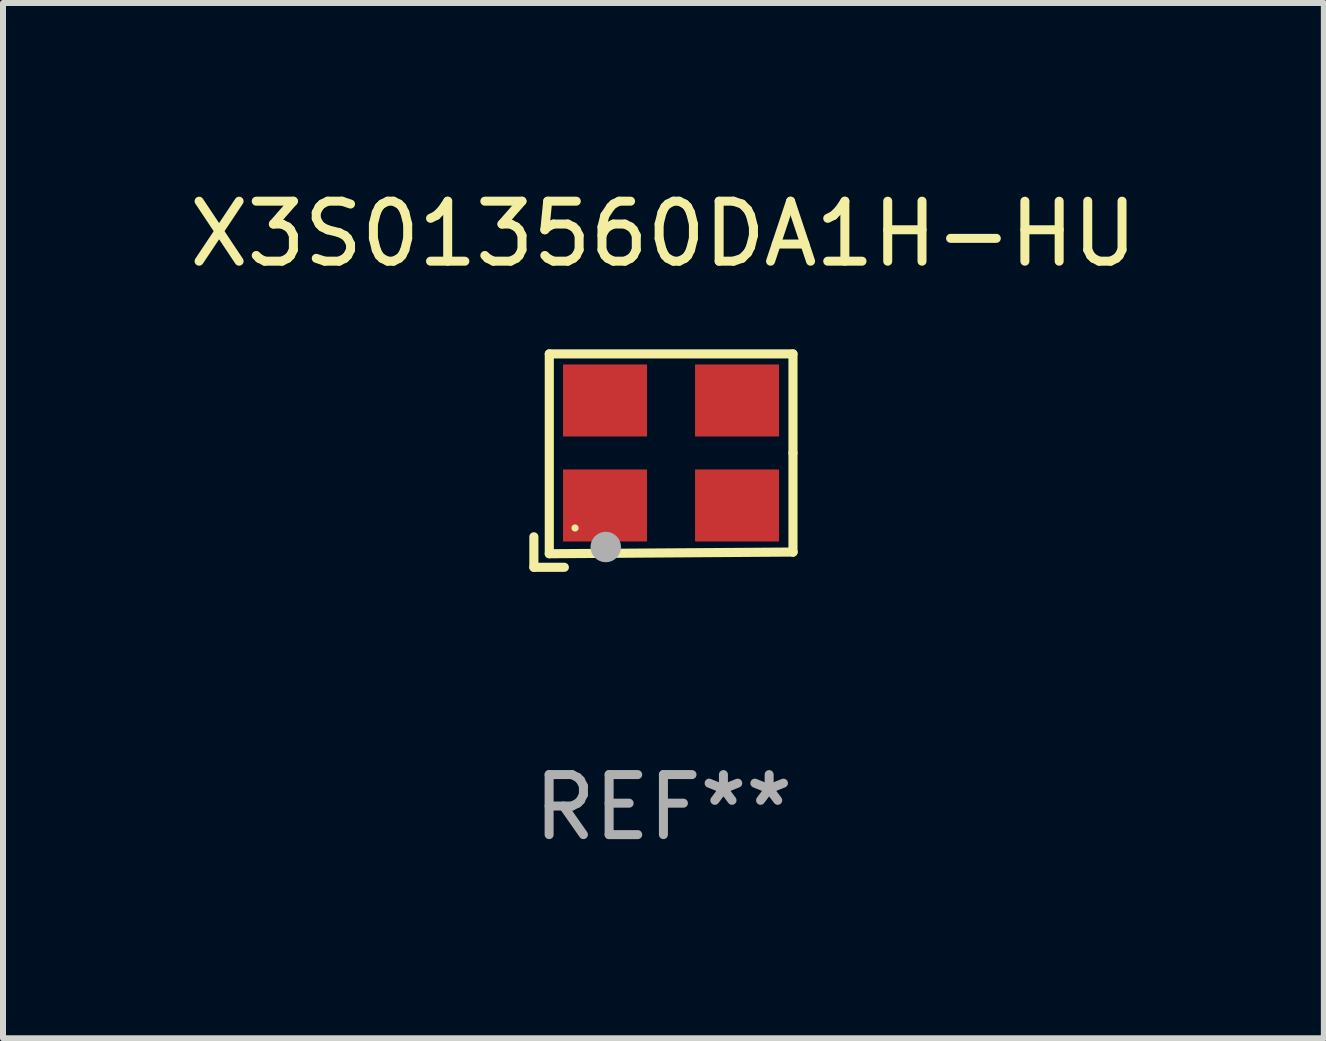
<source format=kicad_pcb>
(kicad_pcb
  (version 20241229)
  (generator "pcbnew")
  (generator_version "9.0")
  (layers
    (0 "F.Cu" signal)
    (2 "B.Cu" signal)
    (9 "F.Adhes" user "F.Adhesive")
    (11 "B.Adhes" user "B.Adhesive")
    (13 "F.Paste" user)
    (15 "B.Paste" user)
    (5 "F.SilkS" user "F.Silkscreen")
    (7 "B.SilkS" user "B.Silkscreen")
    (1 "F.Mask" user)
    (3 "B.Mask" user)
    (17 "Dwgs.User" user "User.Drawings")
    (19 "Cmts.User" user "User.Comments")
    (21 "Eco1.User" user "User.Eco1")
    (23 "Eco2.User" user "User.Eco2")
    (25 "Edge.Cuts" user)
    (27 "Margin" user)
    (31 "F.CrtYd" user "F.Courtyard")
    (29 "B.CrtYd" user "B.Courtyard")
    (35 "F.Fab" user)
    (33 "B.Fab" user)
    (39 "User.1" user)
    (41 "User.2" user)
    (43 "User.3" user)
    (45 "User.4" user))
  (footprint "X3S013560DA1H-HU"
    (layer "F.Cu")
    (at 8.006 4.626)
    (property "Reference" "X3S013560DA1H-HU" (at 0 -3.778 0) (layer "F.SilkS") (effects (font (size 1 1) (thickness 0.15))))
    (attr through_hole)
    (fp_line (start -2.159 1.27) (end -2.159 1.778) (stroke (width 0.152) (type solid)) (layer "F.SilkS"))
    (fp_line (start -2.159 1.778) (end -1.651 1.778) (stroke (width 0.152) (type solid)) (layer "F.SilkS"))
    (fp_line (start -1.902 -1.778) (end 2.159 -1.778) (stroke (width 0.152) (type solid)) (layer "F.SilkS"))
    (fp_line (start -1.902 1.552) (end -1.902 -1.778) (stroke (width 0.152) (type solid)) (layer "F.SilkS"))
    (fp_line (start 2.159 -1.778) (end 2.159 -0.127) (stroke (width 0.152) (type solid)) (layer "F.SilkS"))
    (fp_line (start 2.159 -0.127) (end 2.159 1.524) (stroke (width 0.152) (type solid)) (layer "F.SilkS"))
    (fp_line (start 2.159 1.524) (end -1.902 1.552) (stroke (width 0.152) (type solid)) (layer "F.SilkS"))
    (fp_line (start 2.159 1.524) (end 2.159 1.524) (stroke (width 0.152) (type solid)) (layer "F.SilkS"))
    (fp_circle (center -1.473 1.123) (end -1.443 1.123) (stroke (width 0.06) (type solid)) (fill no) (layer "F.SilkS"))
    (fp_circle (center -0.961 1.44) (end -0.834 1.44) (stroke (width 0.254) (type solid)) (fill no) (layer "F.Fab"))
    (fp_text user "REF**" (at 0 5.778 0) (layer "F.Fab") (effects (font (size 1 1) (thickness 0.15))))
    (pad "1" smd rect (at -0.973 0.748) (size 1.4 1.2) (layers "F.Cu" "F.Mask" "F.Paste"))
    (pad "2" smd rect (at 1.227 0.748) (size 1.4 1.2) (layers "F.Cu" "F.Mask" "F.Paste"))
    (pad "3" smd rect (at 1.227 -1.002) (size 1.4 1.2) (layers "F.Cu" "F.Mask" "F.Paste"))
    (pad "4" smd rect (at -0.973 -1.002) (size 1.4 1.2) (layers "F.Cu" "F.Mask" "F.Paste")))
  (gr_rect
    (start -3 -3)
    (end 19.012 14.253)
    (stroke (width 0.1) (type default))
    (fill no)
    (layer "Edge.Cuts")))
</source>
